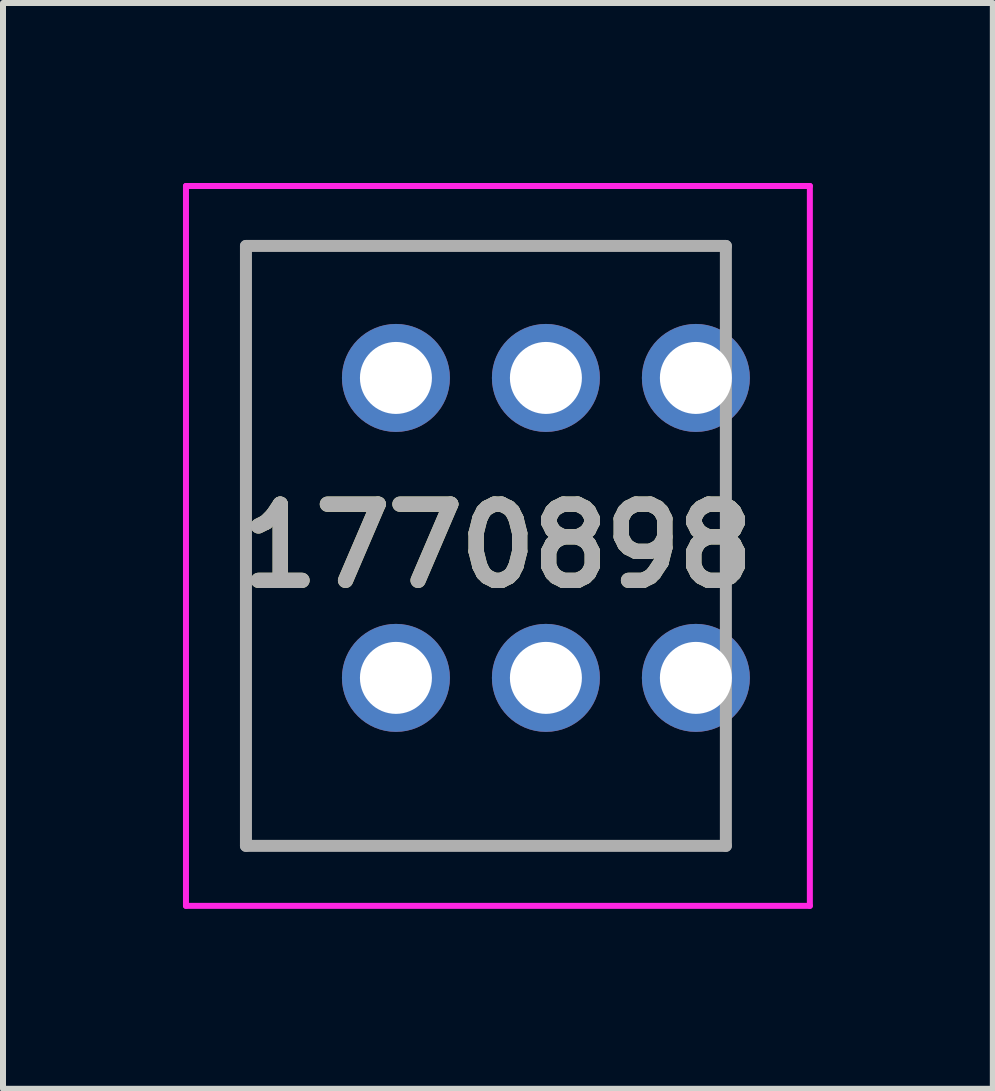
<source format=kicad_pcb>
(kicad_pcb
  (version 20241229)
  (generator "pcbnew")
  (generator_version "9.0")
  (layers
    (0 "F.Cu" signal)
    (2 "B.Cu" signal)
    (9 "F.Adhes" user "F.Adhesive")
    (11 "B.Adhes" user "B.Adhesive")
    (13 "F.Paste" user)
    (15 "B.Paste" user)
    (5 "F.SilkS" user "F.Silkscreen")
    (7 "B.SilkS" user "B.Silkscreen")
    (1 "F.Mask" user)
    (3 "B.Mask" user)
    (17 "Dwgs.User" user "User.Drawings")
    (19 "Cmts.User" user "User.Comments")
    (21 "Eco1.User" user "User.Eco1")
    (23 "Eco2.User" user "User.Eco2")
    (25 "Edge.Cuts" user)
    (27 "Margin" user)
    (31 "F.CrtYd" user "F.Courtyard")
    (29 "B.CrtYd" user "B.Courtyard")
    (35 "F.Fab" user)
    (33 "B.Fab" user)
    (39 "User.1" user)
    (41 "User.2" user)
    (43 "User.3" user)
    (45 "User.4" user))
  (footprint "1770898"
    (layer "F.Cu")
    (at 3.55 8.25)
    (property "Reference" "1770898" (at 1.7 -2.2 0) (layer "F.SilkS") (effects (font (size 1.27 1.27) (thickness 0.254))))
    (attr through_hole)
    (fp_line (start -2.5 -7.2) (end -2.5 2.5) (stroke (width 0.1) (type solid)) (layer "F.SilkS"))
    (fp_line (start -2.5 2.5) (end -2.5 2.8) (stroke (width 0.1) (type solid)) (layer "F.SilkS"))
    (fp_line (start -2.5 2.8) (end 5.5 2.8) (stroke (width 0.1) (type solid)) (layer "F.SilkS"))
    (fp_line (start 5.5 -7.2) (end -2.5 -7.2) (stroke (width 0.1) (type solid)) (layer "F.SilkS"))
    (fp_line (start -3.5 -8.2) (end 6.9 -8.2) (stroke (width 0.1) (type solid)) (layer "F.CrtYd"))
    (fp_line (start -3.5 3.8) (end -3.5 -8.2) (stroke (width 0.1) (type solid)) (layer "F.CrtYd"))
    (fp_line (start 6.9 -8.2) (end 6.9 3.8) (stroke (width 0.1) (type solid)) (layer "F.CrtYd"))
    (fp_line (start 6.9 3.8) (end -3.5 3.8) (stroke (width 0.1) (type solid)) (layer "F.CrtYd"))
    (fp_line (start -2.5 -7.2) (end 5.5 -7.2) (stroke (width 0.2) (type solid)) (layer "F.Fab"))
    (fp_line (start -2.5 2.8) (end -2.5 -7.2) (stroke (width 0.2) (type solid)) (layer "F.Fab"))
    (fp_line (start 5.5 -7.2) (end 5.5 2.8) (stroke (width 0.2) (type solid)) (layer "F.Fab"))
    (fp_line (start 5.5 2.8) (end -2.5 2.8) (stroke (width 0.2) (type solid)) (layer "F.Fab"))
    (fp_text user "${REFERENCE}" (at 1.7 -2.2 0) (layer "F.Fab") (effects (font (size 1.27 1.27) (thickness 0.254))))
    (pad "1" thru_hole circle (at 0 0) (size 1.8 1.8) (drill 1.2) (layers "*.Cu" "*.Mask"))
    (pad "2" thru_hole circle (at 0 -5) (size 1.8 1.8) (drill 1.2) (layers "*.Cu" "*.Mask"))
    (pad "3" thru_hole circle (at 2.5 0) (size 1.8 1.8) (drill 1.2) (layers "*.Cu" "*.Mask"))
    (pad "4" thru_hole circle (at 2.5 -5) (size 1.8 1.8) (drill 1.2) (layers "*.Cu" "*.Mask"))
    (pad "5" thru_hole circle (at 5 0) (size 1.8 1.8) (drill 1.2) (layers "*.Cu" "*.Mask"))
    (pad "6" thru_hole circle (at 5 -5) (size 1.8 1.8) (drill 1.2) (layers "*.Cu" "*.Mask")))
  (gr_rect
    (start -3 -3)
    (end 13.5 15.1)
    (stroke (width 0.1) (type default))
    (fill no)
    (layer "Edge.Cuts")))
</source>
